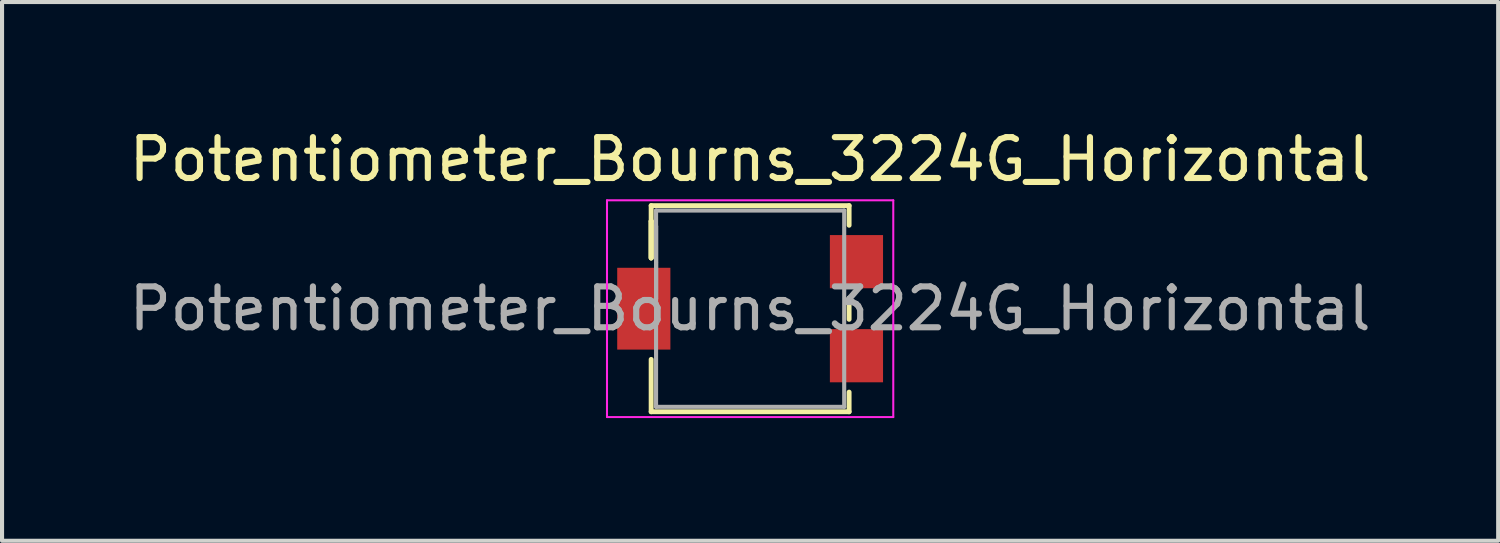
<source format=kicad_pcb>
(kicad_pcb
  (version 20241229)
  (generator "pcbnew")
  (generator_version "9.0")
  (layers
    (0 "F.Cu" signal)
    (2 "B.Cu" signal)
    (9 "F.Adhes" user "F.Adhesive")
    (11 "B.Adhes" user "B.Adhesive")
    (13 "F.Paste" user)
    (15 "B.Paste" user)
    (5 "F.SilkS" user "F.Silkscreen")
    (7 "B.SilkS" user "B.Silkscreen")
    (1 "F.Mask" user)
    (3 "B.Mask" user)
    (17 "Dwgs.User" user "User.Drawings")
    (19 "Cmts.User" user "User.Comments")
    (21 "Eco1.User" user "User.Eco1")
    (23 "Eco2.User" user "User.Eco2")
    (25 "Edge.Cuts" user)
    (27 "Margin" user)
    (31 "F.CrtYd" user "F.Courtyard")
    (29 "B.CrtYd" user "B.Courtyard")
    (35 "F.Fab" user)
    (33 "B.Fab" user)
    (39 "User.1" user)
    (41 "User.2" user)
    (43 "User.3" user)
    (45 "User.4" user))
  (footprint "Potentiometer_Bourns_3224G_Horizontal"
    (layer "F.Cu")
    (at 15.292 4.498)
    (property "Reference" "Potentiometer_Bourns_3224G_Horizontal" (at 0 -3.65 0) (layer "F.SilkS") (effects (font (size 1 1) (thickness 0.15))))
    (attr smd)
    (fp_line (start -2.42 -2.52) (end -2.42 -1.24) (stroke (width 0.12) (type solid)) (layer "F.SilkS"))
    (fp_line (start -2.42 -2.52) (end 2.42 -2.52) (stroke (width 0.12) (type solid)) (layer "F.SilkS"))
    (fp_line (start -2.42 -2.14) (end -2.42 -2.14) (stroke (width 0.12) (type solid)) (layer "F.SilkS"))
    (fp_line (start -2.42 -2.14) (end -2.42 -1.24) (stroke (width 0.12) (type solid)) (layer "F.SilkS"))
    (fp_line (start -2.42 -2.14) (end -2.42 -1.24) (stroke (width 0.12) (type solid)) (layer "F.SilkS"))
    (fp_line (start -2.42 1.24) (end -2.42 2.52) (stroke (width 0.12) (type solid)) (layer "F.SilkS"))
    (fp_line (start -2.42 2.52) (end 2.42 2.52) (stroke (width 0.12) (type solid)) (layer "F.SilkS"))
    (fp_line (start 2.42 -2.52) (end 2.42 -2.04) (stroke (width 0.12) (type solid)) (layer "F.SilkS"))
    (fp_line (start 2.42 -0.26) (end 2.42 0.26) (stroke (width 0.12) (type solid)) (layer "F.SilkS"))
    (fp_line (start 2.42 2.04) (end 2.42 2.52) (stroke (width 0.12) (type solid)) (layer "F.SilkS"))
    (fp_line (start -3.5 -2.65) (end -3.5 2.65) (stroke (width 0.05) (type solid)) (layer "F.CrtYd"))
    (fp_line (start -3.5 2.65) (end 3.5 2.65) (stroke (width 0.05) (type solid)) (layer "F.CrtYd"))
    (fp_line (start 3.5 -2.65) (end -3.5 -2.65) (stroke (width 0.05) (type solid)) (layer "F.CrtYd"))
    (fp_line (start 3.5 2.65) (end 3.5 -2.65) (stroke (width 0.05) (type solid)) (layer "F.CrtYd"))
    (fp_line (start -2.3 -2.4) (end -2.3 2.4) (stroke (width 0.1) (type solid)) (layer "F.Fab"))
    (fp_line (start -2.3 -2.02) (end -2.3 -2.02) (stroke (width 0.1) (type solid)) (layer "F.Fab"))
    (fp_line (start -2.3 -2.02) (end -2.3 -0.24) (stroke (width 0.1) (type solid)) (layer "F.Fab"))
    (fp_line (start -2.3 -1.13) (end -2.3 -1.13) (stroke (width 0.1) (type solid)) (layer "F.Fab"))
    (fp_line (start -2.3 -0.24) (end -2.3 -2.02) (stroke (width 0.1) (type solid)) (layer "F.Fab"))
    (fp_line (start -2.3 -0.24) (end -2.3 -0.24) (stroke (width 0.1) (type solid)) (layer "F.Fab"))
    (fp_line (start -2.3 2.4) (end 2.3 2.4) (stroke (width 0.1) (type solid)) (layer "F.Fab"))
    (fp_line (start 2.3 -2.4) (end -2.3 -2.4) (stroke (width 0.1) (type solid)) (layer "F.Fab"))
    (fp_line (start 2.3 2.4) (end 2.3 -2.4) (stroke (width 0.1) (type solid)) (layer "F.Fab"))
    (fp_text user "${REFERENCE}" (at 0 0 0) (layer "F.Fab") (effects (font (size 1 1) (thickness 0.15))))
    (pad "1" smd rect (at 2.6 -1.15) (size 1.3 1.3) (layers "F.Cu" "F.Mask" "F.Paste"))
    (pad "2" smd rect (at -2.6 0) (size 1.3 2) (layers "F.Cu" "F.Mask" "F.Paste"))
    (pad "3" smd rect (at 2.6 1.15) (size 1.3 1.3) (layers "F.Cu" "F.Mask" "F.Paste")))
  (gr_rect
    (start -3 -3)
    (end 33.583 10.173)
    (stroke (width 0.1) (type default))
    (fill no)
    (layer "Edge.Cuts")))
</source>
